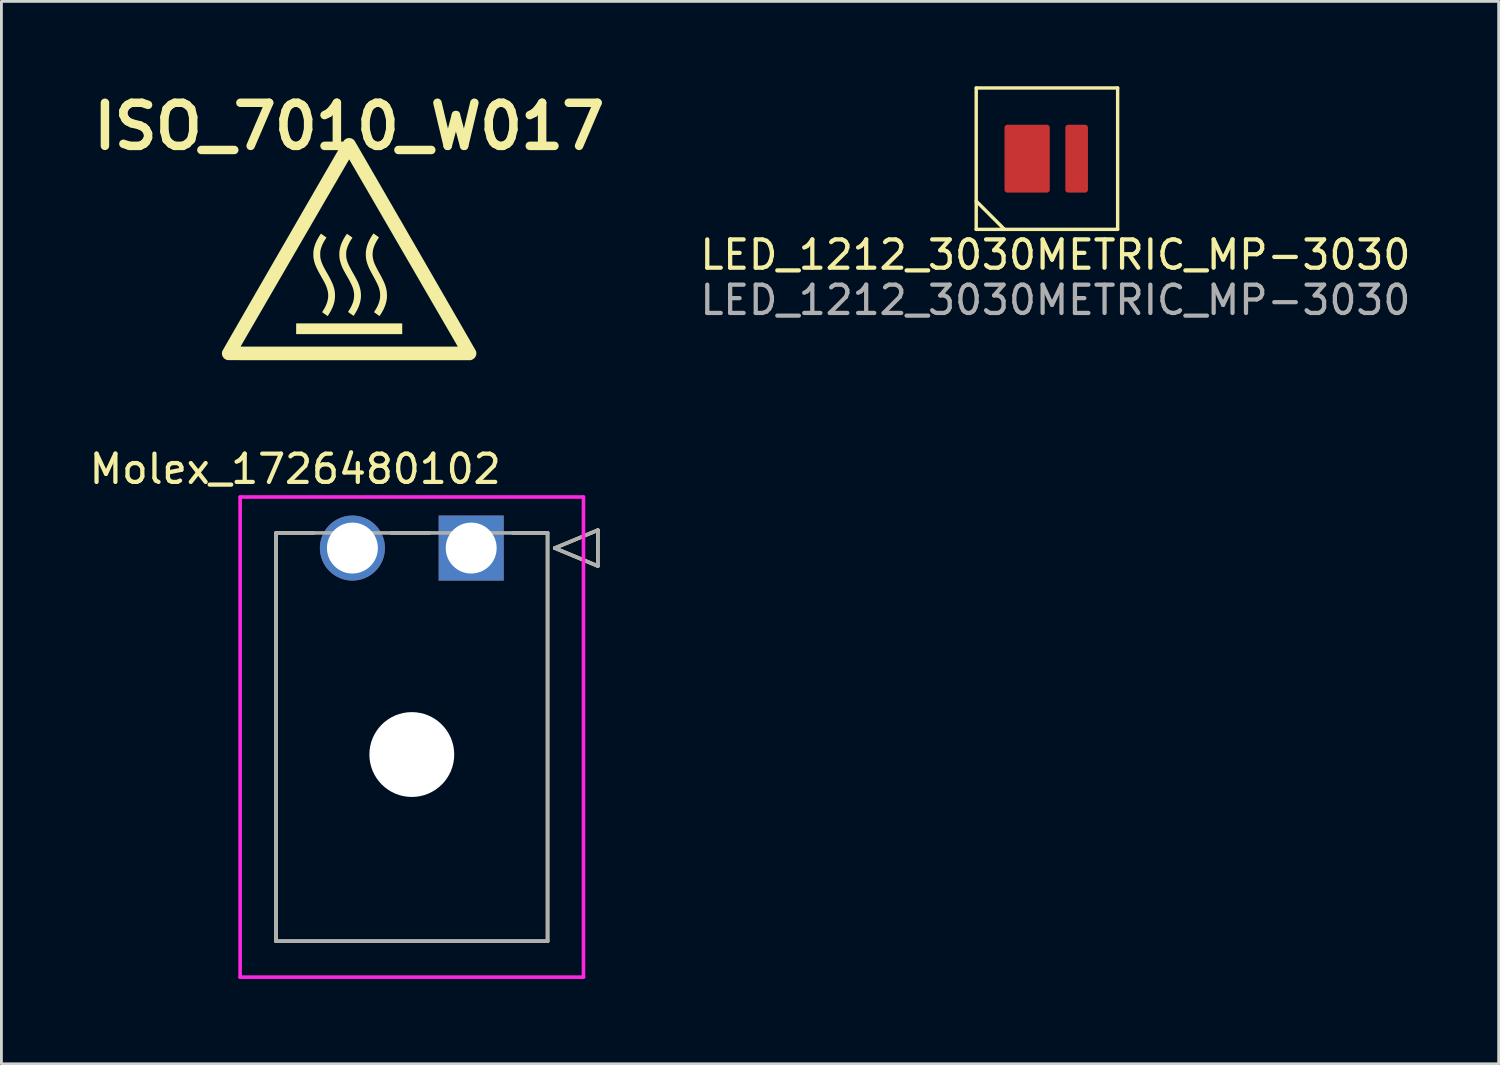
<source format=kicad_pcb>
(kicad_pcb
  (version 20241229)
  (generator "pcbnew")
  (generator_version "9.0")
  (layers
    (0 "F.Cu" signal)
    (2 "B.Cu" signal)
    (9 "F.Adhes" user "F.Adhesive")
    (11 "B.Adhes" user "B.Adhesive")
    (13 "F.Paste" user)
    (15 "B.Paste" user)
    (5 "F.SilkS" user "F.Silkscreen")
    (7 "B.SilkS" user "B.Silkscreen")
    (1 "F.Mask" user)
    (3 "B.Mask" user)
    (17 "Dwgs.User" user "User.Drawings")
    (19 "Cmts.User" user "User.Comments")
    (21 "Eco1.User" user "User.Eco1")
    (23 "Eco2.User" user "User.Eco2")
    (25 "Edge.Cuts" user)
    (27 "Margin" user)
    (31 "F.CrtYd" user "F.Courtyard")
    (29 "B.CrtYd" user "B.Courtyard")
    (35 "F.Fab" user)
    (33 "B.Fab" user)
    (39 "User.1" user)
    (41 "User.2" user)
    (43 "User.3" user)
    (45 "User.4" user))
  (footprint "LED_1212_3030METRIC_MP-3030"
    (layer "F.Cu")
    (at 34.266 2.56)
    (property "Reference" "LED_1212_3030METRIC_MP-3030" (at 0 3.4 0) (unlocked yes) (layer "F.SilkS") (effects (font (size 1 1) (thickness 0.15))))
    (attr smd)
    (fp_line (start -2.8 -2.5) (end 2.2 -2.5) (stroke (width 0.12) (type solid)) (layer "F.SilkS"))
    (fp_line (start -2.8 2.5) (end -2.8 -2.5) (stroke (width 0.12) (type solid)) (layer "F.SilkS"))
    (fp_line (start -2.8 2.5) (end 2.2 2.5) (stroke (width 0.12) (type solid)) (layer "F.SilkS"))
    (fp_line (start -1.8 2.5) (end -2.8 1.5) (stroke (width 0.12) (type solid)) (layer "F.SilkS"))
    (fp_line (start 2.2 2.5) (end 2.2 -2.5) (stroke (width 0.12) (type solid)) (layer "F.SilkS"))
    (fp_text user "${REFERENCE}" (at 0 5 0) (unlocked yes) (layer "F.Fab") (effects (font (size 1 1) (thickness 0.15))))
    (pad "1" smd roundrect (at -1 0) (size 1.6 2.4) (layers "F.Cu" "F.Mask" "F.Paste") (roundrect_rratio 0.062))
    (pad "2" smd roundrect (at 0.75 0) (size 0.8 2.4) (layers "F.Cu" "F.Mask" "F.Paste") (roundrect_rratio 0.125)))
  (footprint "ISO_7010_W017"
    (layer "F.Cu")
    (at 9.296 5.768)
    (property "Reference" "ISO_7010_W017" (at 0 -4.35 0) (layer "F.SilkS") (effects (font (size 1.524 1.524) (thickness 0.3))))
    (attr board_only exclude_from_pos_files exclude_from_bom)
    (fp_poly (pts (xy 1.875 2.996) (xy -1.875 2.996) (xy -1.875 2.616) (xy 1.875 2.616)) (stroke (width 0) (type solid)) (fill yes) (layer "F.SilkS"))
    (fp_poly (pts (xy -0.995 -0.553) (xy -0.983 -0.546) (xy -0.965 -0.534) (xy -0.941 -0.518) (xy -0.913 -0.498) (xy -0.88 -0.474) (xy -0.844 -0.448) (xy -0.834 -0.441) (xy -0.802 -0.418) (xy -0.832 -0.374) (xy -0.883 -0.293) (xy -0.927 -0.211) (xy -0.964 -0.129) (xy -0.993 -0.048) (xy -1.013 0.028) (xy -1.017 0.047) (xy -1.02 0.065) (xy -1.022 0.084) (xy -1.023 0.106) (xy -1.024 0.132) (xy -1.024 0.166) (xy -1.024 0.173) (xy -1.024 0.208) (xy -1.023 0.236) (xy -1.022 0.258) (xy -1.021 0.277) (xy -1.018 0.294) (xy -1.015 0.312) (xy -1.013 0.319) (xy -1.004 0.358) (xy -0.993 0.397) (xy -0.981 0.436) (xy -0.967 0.475) (xy -0.95 0.517) (xy -0.93 0.561) (xy -0.907 0.608) (xy -0.88 0.66) (xy -0.849 0.717) (xy -0.814 0.781) (xy -0.78 0.839) (xy -0.732 0.925) (xy -0.689 1.003) (xy -0.652 1.076) (xy -0.619 1.144) (xy -0.591 1.207) (xy -0.567 1.267) (xy -0.548 1.324) (xy -0.532 1.379) (xy -0.52 1.432) (xy -0.511 1.485) (xy -0.505 1.538) (xy -0.502 1.593) (xy -0.501 1.631) (xy -0.504 1.707) (xy -0.511 1.778) (xy -0.523 1.847) (xy -0.541 1.917) (xy -0.566 1.991) (xy -0.577 2.021) (xy -0.596 2.066) (xy -0.62 2.116) (xy -0.646 2.168) (xy -0.674 2.219) (xy -0.702 2.267) (xy -0.729 2.311) (xy -0.745 2.333) (xy -0.762 2.357) (xy -0.856 2.291) (xy -0.883 2.272) (xy -0.906 2.256) (xy -0.927 2.241) (xy -0.942 2.23) (xy -0.952 2.223) (xy -0.954 2.221) (xy -0.953 2.216) (xy -0.948 2.205) (xy -0.939 2.189) (xy -0.927 2.17) (xy -0.925 2.167) (xy -0.873 2.082) (xy -0.831 2) (xy -0.797 1.919) (xy -0.771 1.839) (xy -0.753 1.76) (xy -0.747 1.725) (xy -0.742 1.654) (xy -0.743 1.581) (xy -0.752 1.507) (xy -0.769 1.431) (xy -0.793 1.352) (xy -0.826 1.269) (xy -0.827 1.266) (xy -0.842 1.234) (xy -0.86 1.196) (xy -0.884 1.151) (xy -0.912 1.098) (xy -0.946 1.038) (xy -0.984 0.97) (xy -0.998 0.945) (xy -1.043 0.866) (xy -1.082 0.794) (xy -1.116 0.728) (xy -1.146 0.667) (xy -1.172 0.61) (xy -1.194 0.557) (xy -1.213 0.506) (xy -1.228 0.457) (xy -1.241 0.408) (xy -1.251 0.36) (xy -1.26 0.311) (xy -1.262 0.295) (xy -1.265 0.266) (xy -1.266 0.231) (xy -1.267 0.191) (xy -1.267 0.151) (xy -1.266 0.111) (xy -1.264 0.076) (xy -1.262 0.052) (xy -1.245 -0.042) (xy -1.219 -0.136) (xy -1.183 -0.231) (xy -1.139 -0.327) (xy -1.085 -0.424) (xy -1.042 -0.493) (xy -1.028 -0.514) (xy -1.016 -0.532) (xy -1.006 -0.546) (xy -1.001 -0.554) (xy -0.999 -0.555)) (stroke (width 0) (type solid)) (fill yes) (layer "F.SilkS"))
    (fp_poly (pts (xy 0.865 -0.56) (xy 0.876 -0.553) (xy 0.893 -0.541) (xy 0.914 -0.526) (xy 0.938 -0.509) (xy 0.959 -0.494) (xy 0.993 -0.47) (xy 1.019 -0.45) (xy 1.038 -0.435) (xy 1.048 -0.425) (xy 1.051 -0.42) (xy 1.051 -0.42) (xy 1.047 -0.414) (xy 1.039 -0.402) (xy 1.029 -0.387) (xy 1.024 -0.38) (xy 0.97 -0.295) (xy 0.925 -0.21) (xy 0.888 -0.126) (xy 0.86 -0.043) (xy 0.84 0.038) (xy 0.83 0.118) (xy 0.828 0.196) (xy 0.83 0.23) (xy 0.834 0.271) (xy 0.84 0.311) (xy 0.848 0.35) (xy 0.858 0.39) (xy 0.871 0.432) (xy 0.886 0.475) (xy 0.905 0.521) (xy 0.927 0.57) (xy 0.953 0.624) (xy 0.983 0.683) (xy 1.017 0.748) (xy 1.057 0.82) (xy 1.073 0.849) (xy 1.115 0.925) (xy 1.152 0.995) (xy 1.184 1.059) (xy 1.213 1.117) (xy 1.237 1.172) (xy 1.258 1.223) (xy 1.276 1.272) (xy 1.291 1.319) (xy 1.304 1.366) (xy 1.315 1.413) (xy 1.32 1.439) (xy 1.327 1.484) (xy 1.332 1.535) (xy 1.335 1.589) (xy 1.336 1.644) (xy 1.334 1.696) (xy 1.331 1.743) (xy 1.33 1.751) (xy 1.313 1.843) (xy 1.289 1.935) (xy 1.255 2.028) (xy 1.214 2.121) (xy 1.163 2.216) (xy 1.122 2.284) (xy 1.107 2.307) (xy 1.096 2.326) (xy 1.087 2.338) (xy 1.078 2.346) (xy 1.069 2.348) (xy 1.058 2.345) (xy 1.043 2.337) (xy 1.024 2.324) (xy 0.999 2.306) (xy 0.98 2.292) (xy 0.954 2.273) (xy 0.93 2.257) (xy 0.91 2.242) (xy 0.895 2.231) (xy 0.885 2.225) (xy 0.882 2.223) (xy 0.881 2.219) (xy 0.883 2.212) (xy 0.89 2.199) (xy 0.902 2.18) (xy 0.912 2.163) (xy 0.964 2.078) (xy 1.007 1.993) (xy 1.043 1.907) (xy 1.07 1.822) (xy 1.086 1.751) (xy 1.091 1.712) (xy 1.094 1.667) (xy 1.095 1.619) (xy 1.093 1.571) (xy 1.09 1.526) (xy 1.084 1.488) (xy 1.075 1.447) (xy 1.065 1.408) (xy 1.054 1.369) (xy 1.04 1.329) (xy 1.024 1.288) (xy 1.005 1.243) (xy 0.983 1.196) (xy 0.957 1.144) (xy 0.928 1.087) (xy 0.894 1.024) (xy 0.86 0.963) (xy 0.823 0.895) (xy 0.79 0.835) (xy 0.761 0.78) (xy 0.736 0.73) (xy 0.714 0.685) (xy 0.695 0.644) (xy 0.678 0.604) (xy 0.663 0.567) (xy 0.65 0.53) (xy 0.64 0.501) (xy 0.617 0.423) (xy 0.601 0.349) (xy 0.591 0.276) (xy 0.587 0.202) (xy 0.587 0.141) (xy 0.594 0.05) (xy 0.61 -0.04) (xy 0.633 -0.13) (xy 0.665 -0.221) (xy 0.706 -0.313) (xy 0.756 -0.406) (xy 0.756 -0.406) (xy 0.771 -0.431) (xy 0.787 -0.457) (xy 0.803 -0.482) (xy 0.818 -0.506) (xy 0.833 -0.527) (xy 0.845 -0.545) (xy 0.854 -0.557) (xy 0.859 -0.562) (xy 0.86 -0.563)) (stroke (width 0) (type solid)) (fill yes) (layer "F.SilkS"))
    (fp_poly (pts (xy -0.072 -0.548) (xy -0.061 -0.54) (xy -0.044 -0.529) (xy -0.025 -0.515) (xy -0.002 -0.5) (xy 0.021 -0.483) (xy 0.045 -0.466) (xy 0.067 -0.45) (xy 0.087 -0.436) (xy 0.103 -0.425) (xy 0.114 -0.417) (xy 0.116 -0.415) (xy 0.114 -0.411) (xy 0.108 -0.402) (xy 0.099 -0.389) (xy 0.056 -0.323) (xy 0.015 -0.254) (xy -0.02 -0.182) (xy -0.051 -0.11) (xy -0.076 -0.04) (xy -0.094 0.027) (xy -0.095 0.03) (xy -0.1 0.059) (xy -0.103 0.095) (xy -0.105 0.136) (xy -0.106 0.178) (xy -0.105 0.22) (xy -0.103 0.259) (xy -0.1 0.292) (xy -0.097 0.311) (xy -0.089 0.348) (xy -0.08 0.384) (xy -0.069 0.42) (xy -0.056 0.457) (xy -0.041 0.495) (xy -0.023 0.536) (xy -0.002 0.58) (xy 0.022 0.628) (xy 0.05 0.681) (xy 0.082 0.74) (xy 0.118 0.805) (xy 0.141 0.844) (xy 0.181 0.916) (xy 0.217 0.98) (xy 0.248 1.039) (xy 0.276 1.093) (xy 0.3 1.142) (xy 0.32 1.188) (xy 0.338 1.231) (xy 0.354 1.273) (xy 0.367 1.314) (xy 0.379 1.355) (xy 0.385 1.376) (xy 0.404 1.47) (xy 0.415 1.564) (xy 0.416 1.657) (xy 0.409 1.751) (xy 0.392 1.845) (xy 0.366 1.94) (xy 0.331 2.035) (xy 0.286 2.132) (xy 0.285 2.134) (xy 0.274 2.155) (xy 0.26 2.18) (xy 0.245 2.207) (xy 0.229 2.234) (xy 0.213 2.262) (xy 0.197 2.287) (xy 0.183 2.31) (xy 0.171 2.328) (xy 0.162 2.341) (xy 0.156 2.348) (xy 0.155 2.348) (xy 0.15 2.346) (xy 0.139 2.339) (xy 0.123 2.327) (xy 0.102 2.313) (xy 0.078 2.296) (xy 0.059 2.283) (xy 0.032 2.264) (xy 0.009 2.248) (xy -0.011 2.233) (xy -0.027 2.222) (xy -0.036 2.215) (xy -0.039 2.213) (xy -0.038 2.208) (xy -0.033 2.198) (xy -0.024 2.184) (xy -0.024 2.183) (xy -0.014 2.169) (xy -0.001 2.149) (xy 0.013 2.126) (xy 0.025 2.105) (xy 0.07 2.025) (xy 0.106 1.947) (xy 0.134 1.872) (xy 0.155 1.798) (xy 0.168 1.725) (xy 0.174 1.651) (xy 0.174 1.629) (xy 0.173 1.583) (xy 0.17 1.538) (xy 0.164 1.494) (xy 0.155 1.45) (xy 0.143 1.405) (xy 0.128 1.358) (xy 0.109 1.308) (xy 0.086 1.255) (xy 0.058 1.198) (xy 0.027 1.136) (xy -0.01 1.067) (xy -0.052 0.993) (xy -0.061 0.978) (xy -0.098 0.912) (xy -0.131 0.854) (xy -0.16 0.802) (xy -0.185 0.756) (xy -0.207 0.713) (xy -0.226 0.675) (xy -0.243 0.639) (xy -0.257 0.605) (xy -0.271 0.571) (xy -0.283 0.538) (xy -0.295 0.504) (xy -0.296 0.501) (xy -0.323 0.406) (xy -0.341 0.311) (xy -0.349 0.217) (xy -0.349 0.123) (xy -0.339 0.029) (xy -0.32 -0.065) (xy -0.292 -0.16) (xy -0.254 -0.255) (xy -0.207 -0.351) (xy -0.187 -0.387) (xy -0.172 -0.413) (xy -0.156 -0.44) (xy -0.139 -0.466) (xy -0.122 -0.491) (xy -0.107 -0.513) (xy -0.094 -0.531) (xy -0.084 -0.544) (xy -0.078 -0.55) (xy -0.076 -0.551)) (stroke (width 0) (type solid)) (fill yes) (layer "F.SilkS"))
    (fp_poly (pts (xy 0.03 -3.936) (xy 0.073 -3.926) (xy 0.114 -3.908) (xy 0.151 -3.884) (xy 0.182 -3.853) (xy 0.188 -3.846) (xy 0.191 -3.841) (xy 0.199 -3.828) (xy 0.211 -3.807) (xy 0.228 -3.779) (xy 0.248 -3.743) (xy 0.273 -3.701) (xy 0.301 -3.652) (xy 0.334 -3.596) (xy 0.37 -3.534) (xy 0.409 -3.465) (xy 0.452 -3.391) (xy 0.499 -3.311) (xy 0.548 -3.226) (xy 0.601 -3.135) (xy 0.656 -3.039) (xy 0.714 -2.939) (xy 0.775 -2.834) (xy 0.838 -2.724) (xy 0.904 -2.61) (xy 0.972 -2.493) (xy 1.042 -2.372) (xy 1.114 -2.247) (xy 1.188 -2.119) (xy 1.264 -1.988) (xy 1.341 -1.854) (xy 1.42 -1.717) (xy 1.501 -1.578) (xy 1.582 -1.437) (xy 1.665 -1.294) (xy 1.748 -1.149) (xy 1.833 -1.003) (xy 1.918 -0.856) (xy 2.004 -0.707) (xy 2.09 -0.557) (xy 2.177 -0.407) (xy 2.264 -0.257) (xy 2.351 -0.106) (xy 2.438 0.045) (xy 2.525 0.195) (xy 2.611 0.345) (xy 2.697 0.494) (xy 2.783 0.643) (xy 2.868 0.79) (xy 2.952 0.936) (xy 3.035 1.08) (xy 3.117 1.222) (xy 3.198 1.363) (xy 3.278 1.501) (xy 3.357 1.637) (xy 3.433 1.77) (xy 3.508 1.9) (xy 3.582 2.027) (xy 3.653 2.15) (xy 3.722 2.271) (xy 3.789 2.387) (xy 3.854 2.499) (xy 3.916 2.607) (xy 3.976 2.711) (xy 4.033 2.81) (xy 4.087 2.904) (xy 4.139 2.993) (xy 4.187 3.077) (xy 4.232 3.155) (xy 4.273 3.227) (xy 4.312 3.294) (xy 4.346 3.354) (xy 4.377 3.408) (xy 4.404 3.455) (xy 4.427 3.495) (xy 4.446 3.528) (xy 4.461 3.554) (xy 4.471 3.572) (xy 4.477 3.583) (xy 4.478 3.585) (xy 4.485 3.601) (xy 4.49 3.616) (xy 4.493 3.633) (xy 4.494 3.654) (xy 4.495 3.664) (xy 4.496 3.689) (xy 4.495 3.709) (xy 4.492 3.726) (xy 4.488 3.743) (xy 4.487 3.744) (xy 4.469 3.788) (xy 4.443 3.827) (xy 4.41 3.86) (xy 4.37 3.887) (xy 4.329 3.906) (xy 4.301 3.917) (xy 0.012 3.918) (xy -0.233 3.918) (xy -0.468 3.918) (xy -0.695 3.918) (xy -0.912 3.918) (xy -1.121 3.918) (xy -1.321 3.918) (xy -1.513 3.918) (xy -1.697 3.918) (xy -1.873 3.918) (xy -2.041 3.918) (xy -2.201 3.918) (xy -2.354 3.918) (xy -2.5 3.918) (xy -2.638 3.918) (xy -2.769 3.918) (xy -2.894 3.918) (xy -3.012 3.918) (xy -3.123 3.918) (xy -3.228 3.917) (xy -3.327 3.917) (xy -3.42 3.917) (xy -3.507 3.917) (xy -3.589 3.917) (xy -3.665 3.917) (xy -3.736 3.917) (xy -3.802 3.917) (xy -3.863 3.917) (xy -3.919 3.916) (xy -3.97 3.916) (xy -4.017 3.916) (xy -4.06 3.916) (xy -4.099 3.916) (xy -4.134 3.915) (xy -4.165 3.915) (xy -4.192 3.915) (xy -4.216 3.915) (xy -4.237 3.914) (xy -4.255 3.914) (xy -4.27 3.914) (xy -4.282 3.913) (xy -4.292 3.913) (xy -4.3 3.913) (xy -4.305 3.912) (xy -4.308 3.912) (xy -4.308 3.912) (xy -4.352 3.898) (xy -4.392 3.876) (xy -4.427 3.847) (xy -4.457 3.813) (xy -4.48 3.773) (xy -4.495 3.73) (xy -4.496 3.724) (xy -4.499 3.695) (xy -4.499 3.663) (xy -4.495 3.631) (xy -4.489 3.602) (xy -4.489 3.602) (xy -4.486 3.597) (xy -4.479 3.584) (xy -4.467 3.563) (xy -4.451 3.535) (xy -4.43 3.499) (xy -4.406 3.456) (xy -4.395 3.436) (xy -3.84 3.436) (xy 3.84 3.436) (xy 3.827 3.414) (xy 3.824 3.408) (xy 3.816 3.395) (xy 3.804 3.374) (xy 3.788 3.346) (xy 3.767 3.31) (xy 3.742 3.268) (xy 3.714 3.218) (xy 3.681 3.161) (xy 3.644 3.098) (xy 3.604 3.029) (xy 3.56 2.953) (xy 3.513 2.871) (xy 3.462 2.784) (xy 3.408 2.691) (xy 3.351 2.592) (xy 3.291 2.488) (xy 3.228 2.38) (xy 3.162 2.266) (xy 3.093 2.148) (xy 3.022 2.025) (xy 2.948 1.898) (xy 2.872 1.767) (xy 2.794 1.632) (xy 2.714 1.494) (xy 2.631 1.352) (xy 2.547 1.206) (xy 2.461 1.058) (xy 2.373 0.906) (xy 2.284 0.752) (xy 2.193 0.595) (xy 2.101 0.436) (xy 2.007 0.275) (xy 1.913 0.112) (xy 1.908 0.104) (xy 1.814 -0.059) (xy 1.72 -0.22) (xy 1.628 -0.379) (xy 1.537 -0.536) (xy 1.448 -0.689) (xy 1.36 -0.841) (xy 1.274 -0.989) (xy 1.19 -1.134) (xy 1.108 -1.276) (xy 1.028 -1.414) (xy 0.95 -1.548) (xy 0.874 -1.679) (xy 0.801 -1.806) (xy 0.73 -1.928) (xy 0.661 -2.046) (xy 0.596 -2.159) (xy 0.533 -2.267) (xy 0.473 -2.37) (xy 0.416 -2.468) (xy 0.362 -2.561) (xy 0.312 -2.648) (xy 0.265 -2.729) (xy 0.221 -2.804) (xy 0.181 -2.873) (xy 0.145 -2.935) (xy 0.112 -2.991) (xy 0.083 -3.04) (xy 0.059 -3.083) (xy 0.038 -3.118) (xy 0.022 -3.146) (xy 0.01 -3.166) (xy 0.003 -3.178) (xy 0.000023 -3.183) (xy 0 -3.183) (xy -0.002 -3.179) (xy -0.009 -3.167) (xy -0.021 -3.148) (xy -0.036 -3.121) (xy -0.056 -3.086) (xy -0.08 -3.045) (xy -0.108 -2.998) (xy -0.14 -2.943) (xy -0.175 -2.883) (xy -0.213 -2.816) (xy -0.255 -2.744) (xy -0.301 -2.666) (xy -0.349 -2.583) (xy -0.4 -2.494) (xy -0.454 -2.401) (xy -0.511 -2.303) (xy -0.571 -2.201) (xy -0.632 -2.095) (xy -0.696 -1.984) (xy -0.763 -1.87) (xy -0.831 -1.753) (xy -0.901 -1.632) (xy -0.973 -1.508) (xy -1.046 -1.382) (xy -1.121 -1.253) (xy -1.197 -1.121) (xy -1.275 -0.988) (xy -1.353 -0.853) (xy -1.432 -0.716) (xy -1.513 -0.578) (xy -1.594 -0.438) (xy -1.675 -0.298) (xy -1.757 -0.157) (xy -1.839 -0.015) (xy -1.921 0.126) (xy -2.003 0.268) (xy -2.085 0.409) (xy -2.167 0.55) (xy -2.248 0.691) (xy -2.329 0.83) (xy -2.409 0.968) (xy -2.489 1.105) (xy -2.567 1.24) (xy -2.644 1.373) (xy -2.72 1.504) (xy -2.795 1.633) (xy -2.868 1.759) (xy -2.94 1.882) (xy -3.009 2.003) (xy -3.077 2.12) (xy -3.143 2.234) (xy -3.207 2.343) (xy -3.268 2.449) (xy -3.327 2.551) (xy -3.384 2.648) (xy -3.437 2.741) (xy -3.488 2.829) (xy -3.536 2.911) (xy -3.581 2.989) (xy -3.622 3.06) (xy -3.661 3.126) (xy -3.695 3.186) (xy -3.726 3.24) (xy -3.753 3.287) (xy -3.777 3.327) (xy -3.796 3.36) (xy -3.811 3.387) (xy -3.822 3.405) (xy -3.827 3.414) (xy -3.84 3.436) (xy -4.395 3.436) (xy -4.377 3.406) (xy -4.345 3.349) (xy -4.308 3.285) (xy -4.268 3.215) (xy -4.224 3.139) (xy -4.177 3.056) (xy -4.126 2.968) (xy -4.072 2.874) (xy -4.014 2.774) (xy -3.954 2.669) (xy -3.89 2.559) (xy -3.824 2.443) (xy -3.755 2.323) (xy -3.683 2.198) (xy -3.608 2.068) (xy -3.531 1.935) (xy -3.452 1.797) (xy -3.37 1.655) (xy -3.286 1.509) (xy -3.2 1.36) (xy -3.112 1.208) (xy -3.022 1.052) (xy -2.931 0.893) (xy -2.837 0.731) (xy -2.743 0.567) (xy -2.646 0.4) (xy -2.549 0.231) (xy -2.45 0.06) (xy -2.35 -0.114) (xy -2.342 -0.127) (xy -2.222 -0.336) (xy -2.106 -0.536) (xy -1.995 -0.729) (xy -1.888 -0.914) (xy -1.785 -1.092) (xy -1.687 -1.262) (xy -1.593 -1.425) (xy -1.503 -1.581) (xy -1.417 -1.73) (xy -1.334 -1.873) (xy -1.256 -2.009) (xy -1.181 -2.138) (xy -1.11 -2.262) (xy -1.042 -2.379) (xy -0.978 -2.49) (xy -0.917 -2.596) (xy -0.859 -2.696) (xy -0.805 -2.79) (xy -0.753 -2.879) (xy -0.704 -2.963) (xy -0.659 -3.042) (xy -0.616 -3.116) (xy -0.575 -3.186) (xy -0.538 -3.251) (xy -0.503 -3.311) (xy -0.47 -3.368) (xy -0.44 -3.42) (xy -0.411 -3.468) (xy -0.385 -3.513) (xy -0.361 -3.554) (xy -0.339 -3.592) (xy -0.319 -3.626) (xy -0.301 -3.657) (xy -0.284 -3.686) (xy -0.269 -3.711) (xy -0.255 -3.734) (xy -0.243 -3.754) (xy -0.232 -3.772) (xy -0.223 -3.788) (xy -0.214 -3.802) (xy -0.207 -3.814) (xy -0.2 -3.824) (xy -0.195 -3.833) (xy -0.19 -3.84) (xy -0.186 -3.846) (xy -0.182 -3.851) (xy -0.179 -3.856) (xy -0.177 -3.859) (xy -0.174 -3.862) (xy -0.172 -3.864) (xy -0.171 -3.865) (xy -0.139 -3.893) (xy -0.107 -3.913) (xy -0.071 -3.927) (xy -0.059 -3.931) (xy -0.015 -3.938)) (stroke (width 0) (type solid)) (fill yes) (layer "F.SilkS")))
  (footprint "Molex_1726480102"
    (layer "F.Cu")
    (at 11.51 23.628)
    (property "Reference" "Molex_1726480102" (at -4.123 -10.094 0) (unlocked yes) (layer "F.SilkS") (effects (font (size 1 1) (thickness 0.15))))
    (attr through_hole)
    (fp_line (start -4.8 -7.835) (end -4.8 6.6) (stroke (width 0.127) (type solid)) (layer "F.SilkS"))
    (fp_line (start -4.8 6.6) (end 4.8 6.6) (stroke (width 0.127) (type solid)) (layer "F.SilkS"))
    (fp_line (start -3.469 -7.835) (end -4.8 -7.835) (stroke (width 0.127) (type solid)) (layer "F.SilkS"))
    (fp_line (start 0.63 -7.835) (end -0.731 -7.835) (stroke (width 0.127) (type solid)) (layer "F.SilkS"))
    (fp_line (start 4.8 -7.835) (end 3.57 -7.835) (stroke (width 0.127) (type solid)) (layer "F.SilkS"))
    (fp_line (start 4.8 6.6) (end 4.8 -7.835) (stroke (width 0.127) (type solid)) (layer "F.SilkS"))
    (fp_line (start 5.054 -7.3) (end 6.578 -7.935) (stroke (width 0.127) (type solid)) (layer "F.SilkS"))
    (fp_line (start 6.578 -7.935) (end 6.578 -6.665) (stroke (width 0.127) (type solid)) (layer "F.SilkS"))
    (fp_line (start 6.578 -6.665) (end 5.054 -7.3) (stroke (width 0.127) (type solid)) (layer "F.SilkS"))
    (fp_line (start -6.07 -9.105) (end -6.07 7.87) (stroke (width 0.127) (type solid)) (layer "F.CrtYd"))
    (fp_line (start -6.07 7.87) (end 6.07 7.87) (stroke (width 0.127) (type solid)) (layer "F.CrtYd"))
    (fp_line (start 6.07 -9.105) (end -6.07 -9.105) (stroke (width 0.127) (type solid)) (layer "F.CrtYd"))
    (fp_line (start 6.07 7.87) (end 6.07 -9.105) (stroke (width 0.127) (type solid)) (layer "F.CrtYd"))
    (fp_line (start -4.8 -7.835) (end -4.8 6.6) (stroke (width 0.127) (type solid)) (layer "F.Fab"))
    (fp_line (start -4.8 6.6) (end 4.8 6.6) (stroke (width 0.127) (type solid)) (layer "F.Fab"))
    (fp_line (start 4.8 -7.835) (end -4.8 -7.835) (stroke (width 0.127) (type solid)) (layer "F.Fab"))
    (fp_line (start 4.8 6.6) (end 4.8 -7.835) (stroke (width 0.127) (type solid)) (layer "F.Fab"))
    (fp_line (start 5.054 -7.3) (end 6.578 -7.935) (stroke (width 0.127) (type solid)) (layer "F.Fab"))
    (fp_line (start 6.578 -7.935) (end 6.578 -6.665) (stroke (width 0.127) (type solid)) (layer "F.Fab"))
    (fp_line (start 6.578 -6.665) (end 5.054 -7.3) (stroke (width 0.127) (type solid)) (layer "F.Fab"))
    (pad "" np_thru_hole circle (at 0 0) (size 3 3) (drill 3) (layers "*.Cu" "*.Mask"))
    (pad "1" thru_hole rect (at 2.1 -7.3) (size 2.3 2.3) (drill 1.8) (layers "*.Cu" "*.Mask"))
    (pad "2" thru_hole circle (at -2.1 -7.3) (size 2.3 2.3) (drill 1.8) (layers "*.Cu" "*.Mask")))
  (gr_rect
    (start -3 -3)
    (end 49.938 34.562)
    (stroke (width 0.1) (type default))
    (fill no)
    (layer "Edge.Cuts")))
</source>
